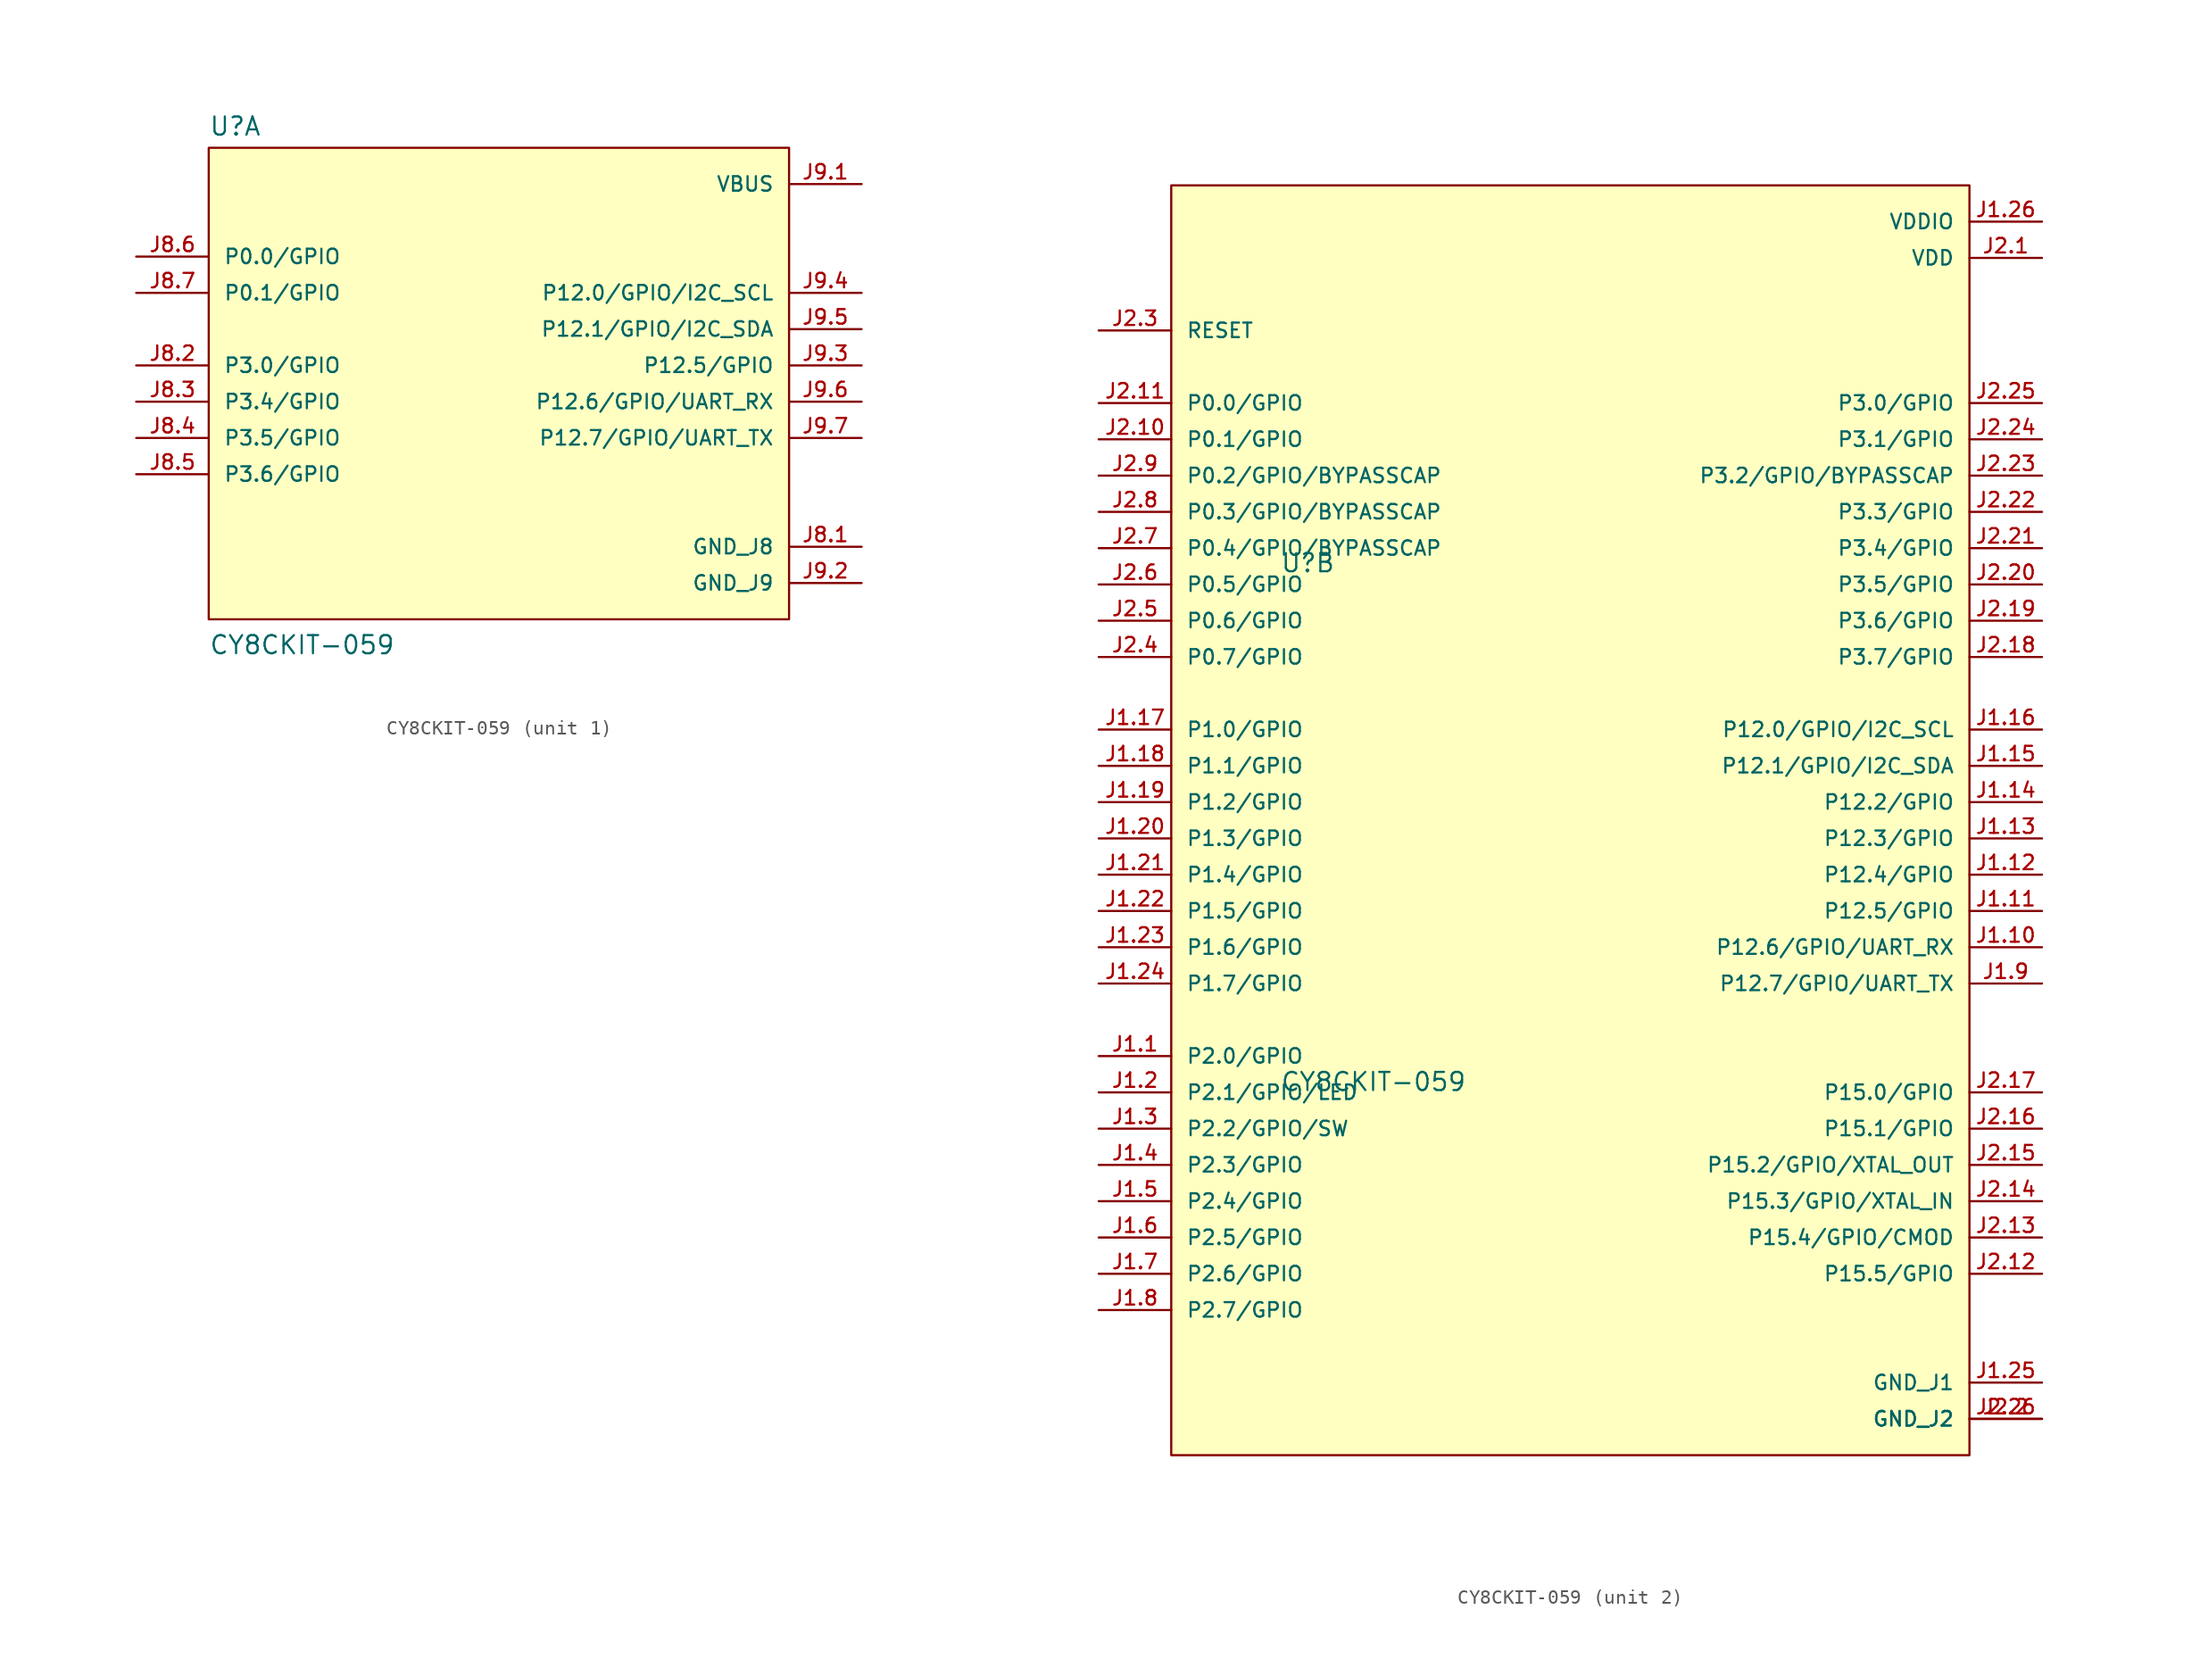
<source format=kicad_sym>
(kicad_symbol_lib
  (version 20211014)
  (generator kicad_symbol_editor)
  (symbol "CY8CKIT-059"
    (pin_names
      (offset 1.016))
    (property "Reference" "U"
      (at -20.32 16.002 0)
      (effects (font (size 1.27 1.27)) (justify bottom left)))
    (property "Value" "CY8CKIT-059"
      (at -20.32 -20.32 0)
      (effects (font (size 1.27 1.27)) (justify bottom left)))
    (symbol "CY8CKIT-059_1_0"
      (rectangle (start -20.32 -17.78) (end 20.32 15.24) (stroke (width 0.152)) (fill (type background)))
      (pin power_in line (at 25.4 12.7 180.0) (length 5.08) (name "VBUS" (effects (font (size 1.016 1.016)))) (number "J9.1" (effects (font (size 1.016 1.016)))))
      (pin power_in line (at 25.4 -12.7 180.0) (length 5.08) (name "GND_J8" (effects (font (size 1.016 1.016)))) (number "J8.1" (effects (font (size 1.016 1.016)))))
      (pin bidirectional line (at 25.4 5.08 180.0) (length 5.08) (name "P12.0/GPIO/I2C_SCL" (effects (font (size 1.016 1.016)))) (number "J9.4" (effects (font (size 1.016 1.016)))))
      (pin bidirectional line (at 25.4 0.0 180.0) (length 5.08) (name "P12.5/GPIO" (effects (font (size 1.016 1.016)))) (number "J9.3" (effects (font (size 1.016 1.016)))))
      (pin bidirectional line (at 25.4 2.54 180.0) (length 5.08) (name "P12.1/GPIO/I2C_SDA" (effects (font (size 1.016 1.016)))) (number "J9.5" (effects (font (size 1.016 1.016)))))
      (pin bidirectional line (at 25.4 -2.54 180.0) (length 5.08) (name "P12.6/GPIO/UART_RX" (effects (font (size 1.016 1.016)))) (number "J9.6" (effects (font (size 1.016 1.016)))))
      (pin bidirectional line (at 25.4 -5.08 180.0) (length 5.08) (name "P12.7/GPIO/UART_TX" (effects (font (size 1.016 1.016)))) (number "J9.7" (effects (font (size 1.016 1.016)))))
      (pin bidirectional line (at -25.4 0.0 0) (length 5.08) (name "P3.0/GPIO" (effects (font (size 1.016 1.016)))) (number "J8.2" (effects (font (size 1.016 1.016)))))
      (pin bidirectional line (at -25.4 -5.08 0) (length 5.08) (name "P3.5/GPIO" (effects (font (size 1.016 1.016)))) (number "J8.4" (effects (font (size 1.016 1.016)))))
      (pin bidirectional line (at -25.4 -2.54 0) (length 5.08) (name "P3.4/GPIO" (effects (font (size 1.016 1.016)))) (number "J8.3" (effects (font (size 1.016 1.016)))))
      (pin bidirectional line (at -25.4 -7.62 0) (length 5.08) (name "P3.6/GPIO" (effects (font (size 1.016 1.016)))) (number "J8.5" (effects (font (size 1.016 1.016)))))
      (pin bidirectional line (at -25.4 7.62 0) (length 5.08) (name "P0.0/GPIO" (effects (font (size 1.016 1.016)))) (number "J8.6" (effects (font (size 1.016 1.016)))))
      (pin bidirectional line (at -25.4 5.08 0) (length 5.08) (name "P0.1/GPIO" (effects (font (size 1.016 1.016)))) (number "J8.7" (effects (font (size 1.016 1.016)))))
      (pin power_in line (at 25.4 -15.24 180.0) (length 5.08) (name "GND_J9" (effects (font (size 1.016 1.016)))) (number "J9.2" (effects (font (size 1.016 1.016))))))
    (symbol "CY8CKIT-059_2_0"
      (rectangle (start -27.94 -45.72) (end 27.94 43.18) (stroke (width 0.152)) (fill (type background)))
      (pin bidirectional line (at -33.02 -17.78 0) (length 5.08) (name "P2.0/GPIO" (effects (font (size 1.016 1.016)))) (number "J1.1" (effects (font (size 1.016 1.016)))))
      (pin bidirectional line (at -33.02 -20.32 0) (length 5.08) (name "P2.1/GPIO/LED" (effects (font (size 1.016 1.016)))) (number "J1.2" (effects (font (size 1.016 1.016)))))
      (pin bidirectional line (at -33.02 -25.4 0) (length 5.08) (name "P2.3/GPIO" (effects (font (size 1.016 1.016)))) (number "J1.4" (effects (font (size 1.016 1.016)))))
      (pin bidirectional line (at -33.02 -22.86 0) (length 5.08) (name "P2.2/GPIO/SW" (effects (font (size 1.016 1.016)))) (number "J1.3" (effects (font (size 1.016 1.016)))))
      (pin bidirectional line (at -33.02 -27.94 0) (length 5.08) (name "P2.4/GPIO" (effects (font (size 1.016 1.016)))) (number "J1.5" (effects (font (size 1.016 1.016)))))
      (pin bidirectional line (at -33.02 -30.48 0) (length 5.08) (name "P2.5/GPIO" (effects (font (size 1.016 1.016)))) (number "J1.6" (effects (font (size 1.016 1.016)))))
      (pin bidirectional line (at -33.02 -33.02 0) (length 5.08) (name "P2.6/GPIO" (effects (font (size 1.016 1.016)))) (number "J1.7" (effects (font (size 1.016 1.016)))))
      (pin bidirectional line (at 33.02 -12.7 180.0) (length 5.08) (name "P12.7/GPIO/UART_TX" (effects (font (size 1.016 1.016)))) (number "J1.9" (effects (font (size 1.016 1.016)))))
      (pin bidirectional line (at -33.02 -35.56 0) (length 5.08) (name "P2.7/GPIO" (effects (font (size 1.016 1.016)))) (number "J1.8" (effects (font (size 1.016 1.016)))))
      (pin bidirectional line (at 33.02 -10.16 180.0) (length 5.08) (name "P12.6/GPIO/UART_RX" (effects (font (size 1.016 1.016)))) (number "J1.10" (effects (font (size 1.016 1.016)))))
      (pin bidirectional line (at 33.02 -7.62 180.0) (length 5.08) (name "P12.5/GPIO" (effects (font (size 1.016 1.016)))) (number "J1.11" (effects (font (size 1.016 1.016)))))
      (pin bidirectional line (at 33.02 -2.54 180.0) (length 5.08) (name "P12.3/GPIO" (effects (font (size 1.016 1.016)))) (number "J1.13" (effects (font (size 1.016 1.016)))))
      (pin bidirectional line (at 33.02 -5.08 180.0) (length 5.08) (name "P12.4/GPIO" (effects (font (size 1.016 1.016)))) (number "J1.12" (effects (font (size 1.016 1.016)))))
      (pin bidirectional line (at 33.02 0.0 180.0) (length 5.08) (name "P12.2/GPIO" (effects (font (size 1.016 1.016)))) (number "J1.14" (effects (font (size 1.016 1.016)))))
      (pin bidirectional line (at 33.02 2.54 180.0) (length 5.08) (name "P12.1/GPIO/I2C_SDA" (effects (font (size 1.016 1.016)))) (number "J1.15" (effects (font (size 1.016 1.016)))))
      (pin bidirectional line (at 33.02 5.08 180.0) (length 5.08) (name "P12.0/GPIO/I2C_SCL" (effects (font (size 1.016 1.016)))) (number "J1.16" (effects (font (size 1.016 1.016)))))
      (pin bidirectional line (at -33.02 2.54 0) (length 5.08) (name "P1.1/GPIO" (effects (font (size 1.016 1.016)))) (number "J1.18" (effects (font (size 1.016 1.016)))))
      (pin bidirectional line (at -33.02 5.08 0) (length 5.08) (name "P1.0/GPIO" (effects (font (size 1.016 1.016)))) (number "J1.17" (effects (font (size 1.016 1.016)))))
      (pin bidirectional line (at -33.02 0.0 0) (length 5.08) (name "P1.2/GPIO" (effects (font (size 1.016 1.016)))) (number "J1.19" (effects (font (size 1.016 1.016)))))
      (pin bidirectional line (at -33.02 -2.54 0) (length 5.08) (name "P1.3/GPIO" (effects (font (size 1.016 1.016)))) (number "J1.20" (effects (font (size 1.016 1.016)))))
      (pin bidirectional line (at -33.02 -7.62 0) (length 5.08) (name "P1.5/GPIO" (effects (font (size 1.016 1.016)))) (number "J1.22" (effects (font (size 1.016 1.016)))))
      (pin bidirectional line (at -33.02 -5.08 0) (length 5.08) (name "P1.4/GPIO" (effects (font (size 1.016 1.016)))) (number "J1.21" (effects (font (size 1.016 1.016)))))
      (pin bidirectional line (at -33.02 -10.16 0) (length 5.08) (name "P1.6/GPIO" (effects (font (size 1.016 1.016)))) (number "J1.23" (effects (font (size 1.016 1.016)))))
      (pin bidirectional line (at -33.02 -12.7 0) (length 5.08) (name "P1.7/GPIO" (effects (font (size 1.016 1.016)))) (number "J1.24" (effects (font (size 1.016 1.016)))))
      (pin power_in line (at 33.02 -40.64 180.0) (length 5.08) (name "GND_J1" (effects (font (size 1.016 1.016)))) (number "J1.25" (effects (font (size 1.016 1.016)))))
      (pin power_in line (at 33.02 40.64 180.0) (length 5.08) (name "VDDIO" (effects (font (size 1.016 1.016)))) (number "J1.26" (effects (font (size 1.016 1.016)))))
      (pin power_in line (at 33.02 38.1 180.0) (length 5.08) (name "VDD" (effects (font (size 1.016 1.016)))) (number "J2.1" (effects (font (size 1.016 1.016)))))
      (pin power_in line (at 33.02 -43.18 180.0) (length 5.08) (name "GND_J2" (effects (font (size 1.016 1.016)))) (number "J2.2" (effects (font (size 1.016 1.016)))))
      (pin power_in line (at 33.02 -43.18 180.0) (length 5.08) (name "GND_J2" (effects (font (size 1.016 1.016)))) (number "J2.26" (effects (font (size 1.016 1.016)))))
      (pin bidirectional line (at -33.02 10.16 0) (length 5.08) (name "P0.7/GPIO" (effects (font (size 1.016 1.016)))) (number "J2.4" (effects (font (size 1.016 1.016)))))
      (pin bidirectional line (at -33.02 33.02 0) (length 5.08) (name "RESET" (effects (font (size 1.016 1.016)))) (number "J2.3" (effects (font (size 1.016 1.016)))))
      (pin bidirectional line (at -33.02 12.7 0) (length 5.08) (name "P0.6/GPIO" (effects (font (size 1.016 1.016)))) (number "J2.5" (effects (font (size 1.016 1.016)))))
      (pin bidirectional line (at -33.02 15.24 0) (length 5.08) (name "P0.5/GPIO" (effects (font (size 1.016 1.016)))) (number "J2.6" (effects (font (size 1.016 1.016)))))
      (pin bidirectional line (at -33.02 17.78 0) (length 5.08) (name "P0.4/GPIO/BYPASSCAP" (effects (font (size 1.016 1.016)))) (number "J2.7" (effects (font (size 1.016 1.016)))))
      (pin bidirectional line (at -33.02 22.86 0) (length 5.08) (name "P0.2/GPIO/BYPASSCAP" (effects (font (size 1.016 1.016)))) (number "J2.9" (effects (font (size 1.016 1.016)))))
      (pin bidirectional line (at -33.02 20.32 0) (length 5.08) (name "P0.3/GPIO/BYPASSCAP" (effects (font (size 1.016 1.016)))) (number "J2.8" (effects (font (size 1.016 1.016)))))
      (pin bidirectional line (at -33.02 25.4 0) (length 5.08) (name "P0.1/GPIO" (effects (font (size 1.016 1.016)))) (number "J2.10" (effects (font (size 1.016 1.016)))))
      (pin bidirectional line (at -33.02 27.94 0) (length 5.08) (name "P0.0/GPIO" (effects (font (size 1.016 1.016)))) (number "J2.11" (effects (font (size 1.016 1.016)))))
      (pin bidirectional line (at 33.02 -30.48 180.0) (length 5.08) (name "P15.4/GPIO/CMOD" (effects (font (size 1.016 1.016)))) (number "J2.13" (effects (font (size 1.016 1.016)))))
      (pin bidirectional line (at 33.02 -33.02 180.0) (length 5.08) (name "P15.5/GPIO" (effects (font (size 1.016 1.016)))) (number "J2.12" (effects (font (size 1.016 1.016)))))
      (pin bidirectional line (at 33.02 -27.94 180.0) (length 5.08) (name "P15.3/GPIO/XTAL_IN" (effects (font (size 1.016 1.016)))) (number "J2.14" (effects (font (size 1.016 1.016)))))
      (pin bidirectional line (at 33.02 -25.4 180.0) (length 5.08) (name "P15.2/GPIO/XTAL_OUT" (effects (font (size 1.016 1.016)))) (number "J2.15" (effects (font (size 1.016 1.016)))))
      (pin bidirectional line (at 33.02 -22.86 180.0) (length 5.08) (name "P15.1/GPIO" (effects (font (size 1.016 1.016)))) (number "J2.16" (effects (font (size 1.016 1.016)))))
      (pin bidirectional line (at 33.02 10.16 180.0) (length 5.08) (name "P3.7/GPIO" (effects (font (size 1.016 1.016)))) (number "J2.18" (effects (font (size 1.016 1.016)))))
      (pin bidirectional line (at 33.02 -20.32 180.0) (length 5.08) (name "P15.0/GPIO" (effects (font (size 1.016 1.016)))) (number "J2.17" (effects (font (size 1.016 1.016)))))
      (pin bidirectional line (at 33.02 12.7 180.0) (length 5.08) (name "P3.6/GPIO" (effects (font (size 1.016 1.016)))) (number "J2.19" (effects (font (size 1.016 1.016)))))
      (pin bidirectional line (at 33.02 15.24 180.0) (length 5.08) (name "P3.5/GPIO" (effects (font (size 1.016 1.016)))) (number "J2.20" (effects (font (size 1.016 1.016)))))
      (pin bidirectional line (at 33.02 20.32 180.0) (length 5.08) (name "P3.3/GPIO" (effects (font (size 1.016 1.016)))) (number "J2.22" (effects (font (size 1.016 1.016)))))
      (pin bidirectional line (at 33.02 17.78 180.0) (length 5.08) (name "P3.4/GPIO" (effects (font (size 1.016 1.016)))) (number "J2.21" (effects (font (size 1.016 1.016)))))
      (pin bidirectional line (at 33.02 22.86 180.0) (length 5.08) (name "P3.2/GPIO/BYPASSCAP" (effects (font (size 1.016 1.016)))) (number "J2.23" (effects (font (size 1.016 1.016)))))
      (pin bidirectional line (at 33.02 25.4 180.0) (length 5.08) (name "P3.1/GPIO" (effects (font (size 1.016 1.016)))) (number "J2.24" (effects (font (size 1.016 1.016)))))
      (pin bidirectional line (at 33.02 27.94 180.0) (length 5.08) (name "P3.0/GPIO" (effects (font (size 1.016 1.016)))) (number "J2.25" (effects (font (size 1.016 1.016))))))))
</source>
